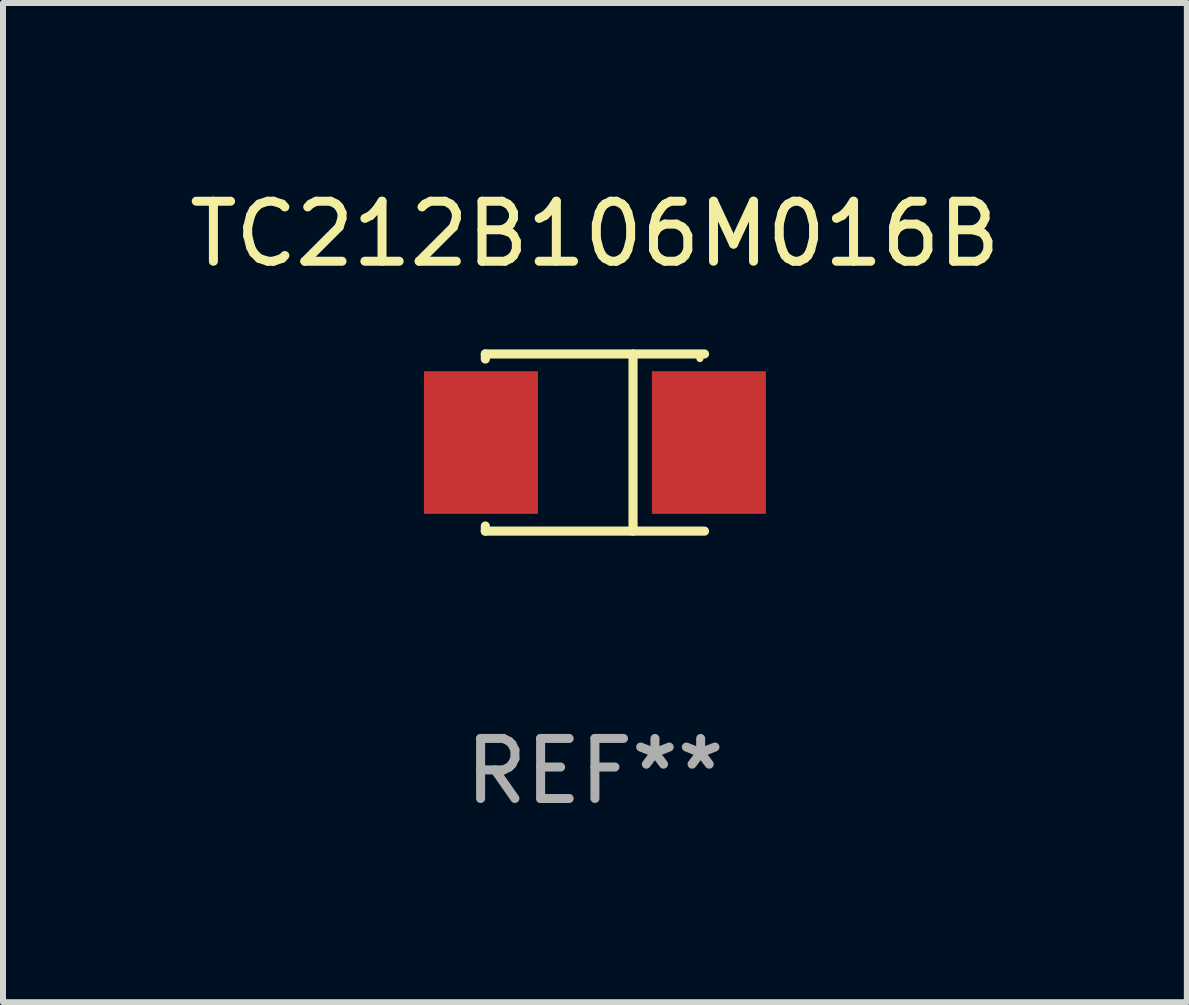
<source format=kicad_pcb>
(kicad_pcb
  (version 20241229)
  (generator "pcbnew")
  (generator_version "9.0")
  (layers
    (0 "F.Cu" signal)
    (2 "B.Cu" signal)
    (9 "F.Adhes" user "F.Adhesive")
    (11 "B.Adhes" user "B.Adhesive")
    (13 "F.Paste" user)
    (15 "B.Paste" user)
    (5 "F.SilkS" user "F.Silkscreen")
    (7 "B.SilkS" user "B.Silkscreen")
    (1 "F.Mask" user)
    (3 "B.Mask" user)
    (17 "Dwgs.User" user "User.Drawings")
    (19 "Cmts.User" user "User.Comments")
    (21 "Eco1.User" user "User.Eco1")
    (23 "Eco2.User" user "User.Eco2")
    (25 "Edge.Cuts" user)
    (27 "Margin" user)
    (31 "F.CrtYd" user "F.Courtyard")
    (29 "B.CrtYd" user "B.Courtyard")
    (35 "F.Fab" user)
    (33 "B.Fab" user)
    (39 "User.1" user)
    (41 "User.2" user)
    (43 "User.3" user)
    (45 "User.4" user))
  (footprint "TC212B106M016B"
    (layer "F.Cu")
    (at 6.863 4.324)
    (property "Reference" "TC212B106M016B" (at 0 -3.476 0) (layer "F.SilkS") (effects (font (size 1 1) (thickness 0.15))))
    (attr through_hole)
    (fp_line (start -1.826 -1.476) (end -1.826 -1.391) (stroke (width 0.152) (type solid)) (layer "F.SilkS"))
    (fp_line (start -1.826 -1.476) (end 1.826 -1.476) (stroke (width 0.152) (type solid)) (layer "F.SilkS"))
    (fp_line (start -1.826 1.476) (end -1.826 1.391) (stroke (width 0.152) (type solid)) (layer "F.SilkS"))
    (fp_line (start -1.826 1.476) (end 1.826 1.476) (stroke (width 0.152) (type solid)) (layer "F.SilkS"))
    (fp_line (start 0.635 -1.476) (end 0.635 1.476) (stroke (width 0.152) (type solid)) (layer "F.SilkS"))
    (fp_circle (center 1.75 -1.4) (end 1.78 -1.4) (stroke (width 0.06) (type solid)) (fill no) (layer "F.SilkS"))
    (fp_text user "REF**" (at 0 5.476 0) (layer "F.Fab") (effects (font (size 1 1) (thickness 0.15))))
    (pad "1" smd rect (at 1.899 0) (size 1.9 2.376) (layers "F.Cu" "F.Mask" "F.Paste"))
    (pad "2" smd rect (at -1.899 0) (size 1.9 2.376) (layers "F.Cu" "F.Mask" "F.Paste")))
  (gr_rect
    (start -3 -3)
    (end 16.726 13.649)
    (stroke (width 0.1) (type default))
    (fill no)
    (layer "Edge.Cuts")))
</source>
